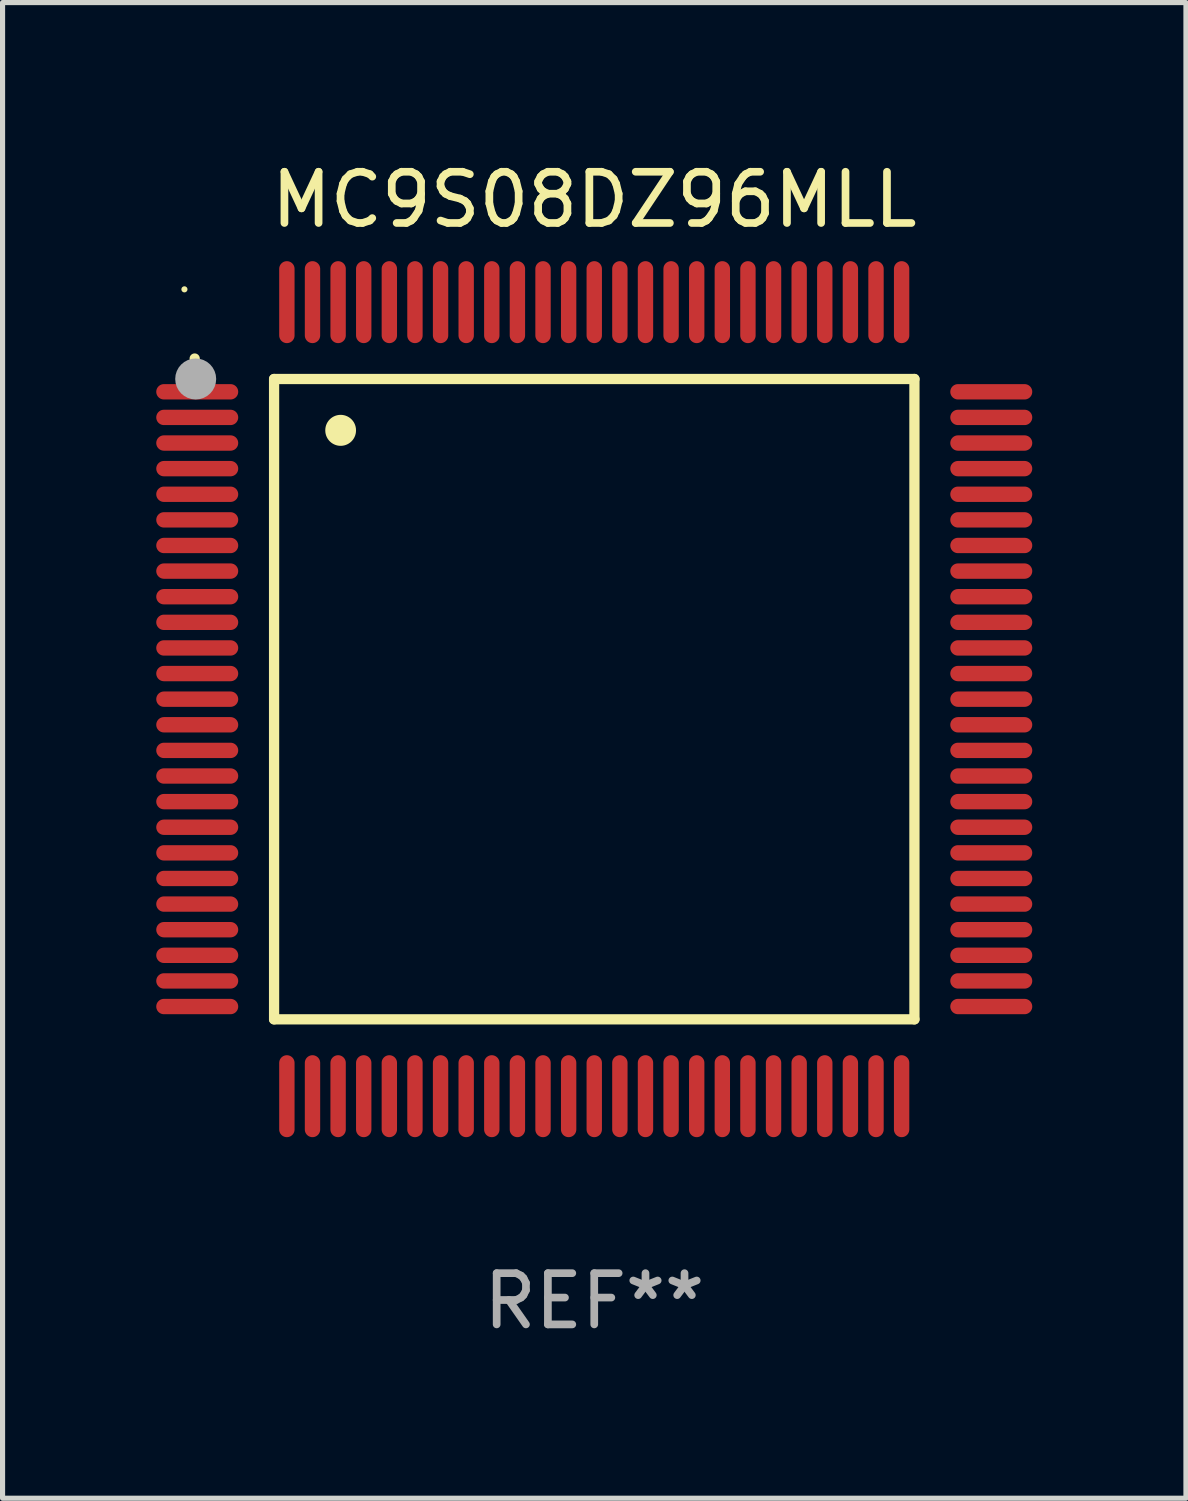
<source format=kicad_pcb>
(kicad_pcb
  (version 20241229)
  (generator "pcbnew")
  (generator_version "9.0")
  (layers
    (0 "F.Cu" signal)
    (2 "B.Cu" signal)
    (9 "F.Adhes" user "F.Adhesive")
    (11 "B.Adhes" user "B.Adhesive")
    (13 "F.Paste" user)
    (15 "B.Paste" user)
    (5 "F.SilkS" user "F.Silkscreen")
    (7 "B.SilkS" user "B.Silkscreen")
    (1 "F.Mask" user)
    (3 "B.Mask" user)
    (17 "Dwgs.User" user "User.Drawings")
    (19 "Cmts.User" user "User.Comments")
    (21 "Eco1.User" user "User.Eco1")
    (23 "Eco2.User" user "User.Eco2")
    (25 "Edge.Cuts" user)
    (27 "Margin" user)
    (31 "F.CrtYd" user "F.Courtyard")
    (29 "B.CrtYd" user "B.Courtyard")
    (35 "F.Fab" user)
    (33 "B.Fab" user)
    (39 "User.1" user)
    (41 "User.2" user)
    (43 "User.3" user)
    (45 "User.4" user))
  (footprint "MC9S08DZ96MLL"
    (layer "F.Cu")
    (at 8.55 10.598)
    (property "Reference" "MC9S08DZ96MLL" (at 0 -9.75 0) (layer "F.SilkS") (effects (font (size 1 1) (thickness 0.15))))
    (attr through_hole)
    (fp_line (start -6.25 -6.25) (end -6.25 6.25) (stroke (width 0.2) (type solid)) (layer "F.SilkS"))
    (fp_line (start -6.25 6.25) (end 6.25 6.25) (stroke (width 0.2) (type solid)) (layer "F.SilkS"))
    (fp_line (start 6.25 -6.25) (end -6.25 -6.25) (stroke (width 0.2) (type solid)) (layer "F.SilkS"))
    (fp_line (start 6.25 6.25) (end 6.25 -6.25) (stroke (width 0.2) (type solid)) (layer "F.SilkS"))
    (fp_arc (start -7.799568 -6.647625) (mid -7.799571 -6.648463) (end -7.799568 -6.649301) (stroke (width 0.2) (type solid)) (layer "F.SilkS"))
    (fp_arc (start -4.95047 -5.245111) (mid -4.950481 -5.247651) (end -4.95047 -5.250191) (stroke (width 0.6) (type solid)) (layer "F.SilkS"))
    (fp_circle (center -8 -8) (end -7.97 -8) (stroke (width 0.06) (type solid)) (fill no) (layer "F.SilkS"))
    (fp_circle (center -7.78 -6.25) (end -7.58 -6.25) (stroke (width 0.4) (type solid)) (fill no) (layer "F.Fab"))
    (fp_text user "REF**" (at 0 11.75 0) (layer "F.Fab") (effects (font (size 1 1) (thickness 0.15))))
    (pad "1" smd oval (at -7.75 -6 90) (size 0.3 1.6) (layers "F.Cu" "F.Mask" "F.Paste"))
    (pad "2" smd oval (at -7.75 -5.5 90) (size 0.3 1.6) (layers "F.Cu" "F.Mask" "F.Paste"))
    (pad "3" smd oval (at -7.75 -5 90) (size 0.3 1.6) (layers "F.Cu" "F.Mask" "F.Paste"))
    (pad "4" smd oval (at -7.75 -4.5 90) (size 0.3 1.6) (layers "F.Cu" "F.Mask" "F.Paste"))
    (pad "5" smd oval (at -7.75 -4 90) (size 0.3 1.6) (layers "F.Cu" "F.Mask" "F.Paste"))
    (pad "6" smd oval (at -7.75 -3.5 90) (size 0.3 1.6) (layers "F.Cu" "F.Mask" "F.Paste"))
    (pad "7" smd oval (at -7.75 -3 90) (size 0.3 1.6) (layers "F.Cu" "F.Mask" "F.Paste"))
    (pad "8" smd oval (at -7.75 -2.5 90) (size 0.3 1.6) (layers "F.Cu" "F.Mask" "F.Paste"))
    (pad "9" smd oval (at -7.75 -2 90) (size 0.3 1.6) (layers "F.Cu" "F.Mask" "F.Paste"))
    (pad "10" smd oval (at -7.75 -1.5 90) (size 0.3 1.6) (layers "F.Cu" "F.Mask" "F.Paste"))
    (pad "11" smd oval (at -7.75 -1 90) (size 0.3 1.6) (layers "F.Cu" "F.Mask" "F.Paste"))
    (pad "12" smd oval (at -7.75 -0.5 90) (size 0.3 1.6) (layers "F.Cu" "F.Mask" "F.Paste"))
    (pad "13" smd oval (at -7.75 0 90) (size 0.3 1.6) (layers "F.Cu" "F.Mask" "F.Paste"))
    (pad "14" smd oval (at -7.75 0.5 90) (size 0.3 1.6) (layers "F.Cu" "F.Mask" "F.Paste"))
    (pad "15" smd oval (at -7.75 1 90) (size 0.3 1.6) (layers "F.Cu" "F.Mask" "F.Paste"))
    (pad "16" smd oval (at -7.75 1.5 90) (size 0.3 1.6) (layers "F.Cu" "F.Mask" "F.Paste"))
    (pad "17" smd oval (at -7.75 2 90) (size 0.3 1.6) (layers "F.Cu" "F.Mask" "F.Paste"))
    (pad "18" smd oval (at -7.75 2.5 90) (size 0.3 1.6) (layers "F.Cu" "F.Mask" "F.Paste"))
    (pad "19" smd oval (at -7.75 3 90) (size 0.3 1.6) (layers "F.Cu" "F.Mask" "F.Paste"))
    (pad "20" smd oval (at -7.75 3.5 90) (size 0.3 1.6) (layers "F.Cu" "F.Mask" "F.Paste"))
    (pad "21" smd oval (at -7.75 4 90) (size 0.3 1.6) (layers "F.Cu" "F.Mask" "F.Paste"))
    (pad "22" smd oval (at -7.75 4.5 90) (size 0.3 1.6) (layers "F.Cu" "F.Mask" "F.Paste"))
    (pad "23" smd oval (at -7.75 5 90) (size 0.3 1.6) (layers "F.Cu" "F.Mask" "F.Paste"))
    (pad "24" smd oval (at -7.75 5.5 90) (size 0.3 1.6) (layers "F.Cu" "F.Mask" "F.Paste"))
    (pad "25" smd oval (at -7.75 6 90) (size 0.3 1.6) (layers "F.Cu" "F.Mask" "F.Paste"))
    (pad "26" smd oval (at -6 7.75) (size 0.3 1.6) (layers "F.Cu" "F.Mask" "F.Paste"))
    (pad "27" smd oval (at -5.5 7.75) (size 0.3 1.6) (layers "F.Cu" "F.Mask" "F.Paste"))
    (pad "28" smd oval (at -5 7.75) (size 0.3 1.6) (layers "F.Cu" "F.Mask" "F.Paste"))
    (pad "29" smd oval (at -4.5 7.75) (size 0.3 1.6) (layers "F.Cu" "F.Mask" "F.Paste"))
    (pad "30" smd oval (at -4 7.75) (size 0.3 1.6) (layers "F.Cu" "F.Mask" "F.Paste"))
    (pad "31" smd oval (at -3.5 7.75) (size 0.3 1.6) (layers "F.Cu" "F.Mask" "F.Paste"))
    (pad "32" smd oval (at -3 7.75) (size 0.3 1.6) (layers "F.Cu" "F.Mask" "F.Paste"))
    (pad "33" smd oval (at -2.5 7.75) (size 0.3 1.6) (layers "F.Cu" "F.Mask" "F.Paste"))
    (pad "34" smd oval (at -2 7.75) (size 0.3 1.6) (layers "F.Cu" "F.Mask" "F.Paste"))
    (pad "35" smd oval (at -1.5 7.75) (size 0.3 1.6) (layers "F.Cu" "F.Mask" "F.Paste"))
    (pad "36" smd oval (at -1 7.75) (size 0.3 1.6) (layers "F.Cu" "F.Mask" "F.Paste"))
    (pad "37" smd oval (at -0.5 7.75) (size 0.3 1.6) (layers "F.Cu" "F.Mask" "F.Paste"))
    (pad "38" smd oval (at 0 7.75) (size 0.3 1.6) (layers "F.Cu" "F.Mask" "F.Paste"))
    (pad "39" smd oval (at 0.5 7.75) (size 0.3 1.6) (layers "F.Cu" "F.Mask" "F.Paste"))
    (pad "40" smd oval (at 1 7.75) (size 0.3 1.6) (layers "F.Cu" "F.Mask" "F.Paste"))
    (pad "41" smd oval (at 1.5 7.75) (size 0.3 1.6) (layers "F.Cu" "F.Mask" "F.Paste"))
    (pad "42" smd oval (at 2 7.75) (size 0.3 1.6) (layers "F.Cu" "F.Mask" "F.Paste"))
    (pad "43" smd oval (at 2.5 7.75) (size 0.3 1.6) (layers "F.Cu" "F.Mask" "F.Paste"))
    (pad "44" smd oval (at 3 7.75) (size 0.3 1.6) (layers "F.Cu" "F.Mask" "F.Paste"))
    (pad "45" smd oval (at 3.5 7.75) (size 0.3 1.6) (layers "F.Cu" "F.Mask" "F.Paste"))
    (pad "46" smd oval (at 4 7.75) (size 0.3 1.6) (layers "F.Cu" "F.Mask" "F.Paste"))
    (pad "47" smd oval (at 4.5 7.75) (size 0.3 1.6) (layers "F.Cu" "F.Mask" "F.Paste"))
    (pad "48" smd oval (at 5 7.75) (size 0.3 1.6) (layers "F.Cu" "F.Mask" "F.Paste"))
    (pad "49" smd oval (at 5.5 7.75) (size 0.3 1.6) (layers "F.Cu" "F.Mask" "F.Paste"))
    (pad "50" smd oval (at 6 7.75) (size 0.3 1.6) (layers "F.Cu" "F.Mask" "F.Paste"))
    (pad "51" smd oval (at 7.75 6 90) (size 0.3 1.6) (layers "F.Cu" "F.Mask" "F.Paste"))
    (pad "52" smd oval (at 7.75 5.5 90) (size 0.3 1.6) (layers "F.Cu" "F.Mask" "F.Paste"))
    (pad "53" smd oval (at 7.75 5 90) (size 0.3 1.6) (layers "F.Cu" "F.Mask" "F.Paste"))
    (pad "54" smd oval (at 7.75 4.5 90) (size 0.3 1.6) (layers "F.Cu" "F.Mask" "F.Paste"))
    (pad "55" smd oval (at 7.75 4 90) (size 0.3 1.6) (layers "F.Cu" "F.Mask" "F.Paste"))
    (pad "56" smd oval (at 7.75 3.5 90) (size 0.3 1.6) (layers "F.Cu" "F.Mask" "F.Paste"))
    (pad "57" smd oval (at 7.75 3 90) (size 0.3 1.6) (layers "F.Cu" "F.Mask" "F.Paste"))
    (pad "58" smd oval (at 7.75 2.5 90) (size 0.3 1.6) (layers "F.Cu" "F.Mask" "F.Paste"))
    (pad "59" smd oval (at 7.75 2 90) (size 0.3 1.6) (layers "F.Cu" "F.Mask" "F.Paste"))
    (pad "60" smd oval (at 7.75 1.5 90) (size 0.3 1.6) (layers "F.Cu" "F.Mask" "F.Paste"))
    (pad "61" smd oval (at 7.75 1 90) (size 0.3 1.6) (layers "F.Cu" "F.Mask" "F.Paste"))
    (pad "62" smd oval (at 7.75 0.5 90) (size 0.3 1.6) (layers "F.Cu" "F.Mask" "F.Paste"))
    (pad "63" smd oval (at 7.75 0 90) (size 0.3 1.6) (layers "F.Cu" "F.Mask" "F.Paste"))
    (pad "64" smd oval (at 7.75 -0.5 90) (size 0.3 1.6) (layers "F.Cu" "F.Mask" "F.Paste"))
    (pad "65" smd oval (at 7.75 -1 90) (size 0.3 1.6) (layers "F.Cu" "F.Mask" "F.Paste"))
    (pad "66" smd oval (at 7.75 -1.5 90) (size 0.3 1.6) (layers "F.Cu" "F.Mask" "F.Paste"))
    (pad "67" smd oval (at 7.75 -2 90) (size 0.3 1.6) (layers "F.Cu" "F.Mask" "F.Paste"))
    (pad "68" smd oval (at 7.75 -2.5 90) (size 0.3 1.6) (layers "F.Cu" "F.Mask" "F.Paste"))
    (pad "69" smd oval (at 7.75 -3 90) (size 0.3 1.6) (layers "F.Cu" "F.Mask" "F.Paste"))
    (pad "70" smd oval (at 7.75 -3.5 90) (size 0.3 1.6) (layers "F.Cu" "F.Mask" "F.Paste"))
    (pad "71" smd oval (at 7.75 -4 90) (size 0.3 1.6) (layers "F.Cu" "F.Mask" "F.Paste"))
    (pad "72" smd oval (at 7.75 -4.5 90) (size 0.3 1.6) (layers "F.Cu" "F.Mask" "F.Paste"))
    (pad "73" smd oval (at 7.75 -5 90) (size 0.3 1.6) (layers "F.Cu" "F.Mask" "F.Paste"))
    (pad "74" smd oval (at 7.75 -5.5 90) (size 0.3 1.6) (layers "F.Cu" "F.Mask" "F.Paste"))
    (pad "75" smd oval (at 7.75 -6 90) (size 0.3 1.6) (layers "F.Cu" "F.Mask" "F.Paste"))
    (pad "76" smd oval (at 6 -7.75) (size 0.3 1.6) (layers "F.Cu" "F.Mask" "F.Paste"))
    (pad "77" smd oval (at 5.5 -7.75) (size 0.3 1.6) (layers "F.Cu" "F.Mask" "F.Paste"))
    (pad "78" smd oval (at 5 -7.75) (size 0.3 1.6) (layers "F.Cu" "F.Mask" "F.Paste"))
    (pad "79" smd oval (at 4.5 -7.75) (size 0.3 1.6) (layers "F.Cu" "F.Mask" "F.Paste"))
    (pad "80" smd oval (at 4 -7.75) (size 0.3 1.6) (layers "F.Cu" "F.Mask" "F.Paste"))
    (pad "81" smd oval (at 3.5 -7.75) (size 0.3 1.6) (layers "F.Cu" "F.Mask" "F.Paste"))
    (pad "82" smd oval (at 3 -7.75) (size 0.3 1.6) (layers "F.Cu" "F.Mask" "F.Paste"))
    (pad "83" smd oval (at 2.5 -7.75) (size 0.3 1.6) (layers "F.Cu" "F.Mask" "F.Paste"))
    (pad "84" smd oval (at 2 -7.75) (size 0.3 1.6) (layers "F.Cu" "F.Mask" "F.Paste"))
    (pad "85" smd oval (at 1.5 -7.75) (size 0.3 1.6) (layers "F.Cu" "F.Mask" "F.Paste"))
    (pad "86" smd oval (at 1 -7.75) (size 0.3 1.6) (layers "F.Cu" "F.Mask" "F.Paste"))
    (pad "87" smd oval (at 0.5 -7.75) (size 0.3 1.6) (layers "F.Cu" "F.Mask" "F.Paste"))
    (pad "88" smd oval (at 0 -7.75) (size 0.3 1.6) (layers "F.Cu" "F.Mask" "F.Paste"))
    (pad "89" smd oval (at -0.5 -7.75) (size 0.3 1.6) (layers "F.Cu" "F.Mask" "F.Paste"))
    (pad "90" smd oval (at -1 -7.75) (size 0.3 1.6) (layers "F.Cu" "F.Mask" "F.Paste"))
    (pad "91" smd oval (at -1.5 -7.75) (size 0.3 1.6) (layers "F.Cu" "F.Mask" "F.Paste"))
    (pad "92" smd oval (at -2 -7.75) (size 0.3 1.6) (layers "F.Cu" "F.Mask" "F.Paste"))
    (pad "93" smd oval (at -2.5 -7.75) (size 0.3 1.6) (layers "F.Cu" "F.Mask" "F.Paste"))
    (pad "94" smd oval (at -3 -7.75) (size 0.3 1.6) (layers "F.Cu" "F.Mask" "F.Paste"))
    (pad "95" smd oval (at -3.5 -7.75) (size 0.3 1.6) (layers "F.Cu" "F.Mask" "F.Paste"))
    (pad "96" smd oval (at -4 -7.75) (size 0.3 1.6) (layers "F.Cu" "F.Mask" "F.Paste"))
    (pad "97" smd oval (at -4.5 -7.75) (size 0.3 1.6) (layers "F.Cu" "F.Mask" "F.Paste"))
    (pad "98" smd oval (at -5 -7.75) (size 0.3 1.6) (layers "F.Cu" "F.Mask" "F.Paste"))
    (pad "99" smd oval (at -5.5 -7.75) (size 0.3 1.6) (layers "F.Cu" "F.Mask" "F.Paste"))
    (pad "100" smd oval (at -6 -7.75) (size 0.3 1.6) (layers "F.Cu" "F.Mask" "F.Paste")))
  (gr_rect
    (start -3 -3)
    (end 20.1 26.196)
    (stroke (width 0.1) (type default))
    (fill no)
    (layer "Edge.Cuts")))
</source>
